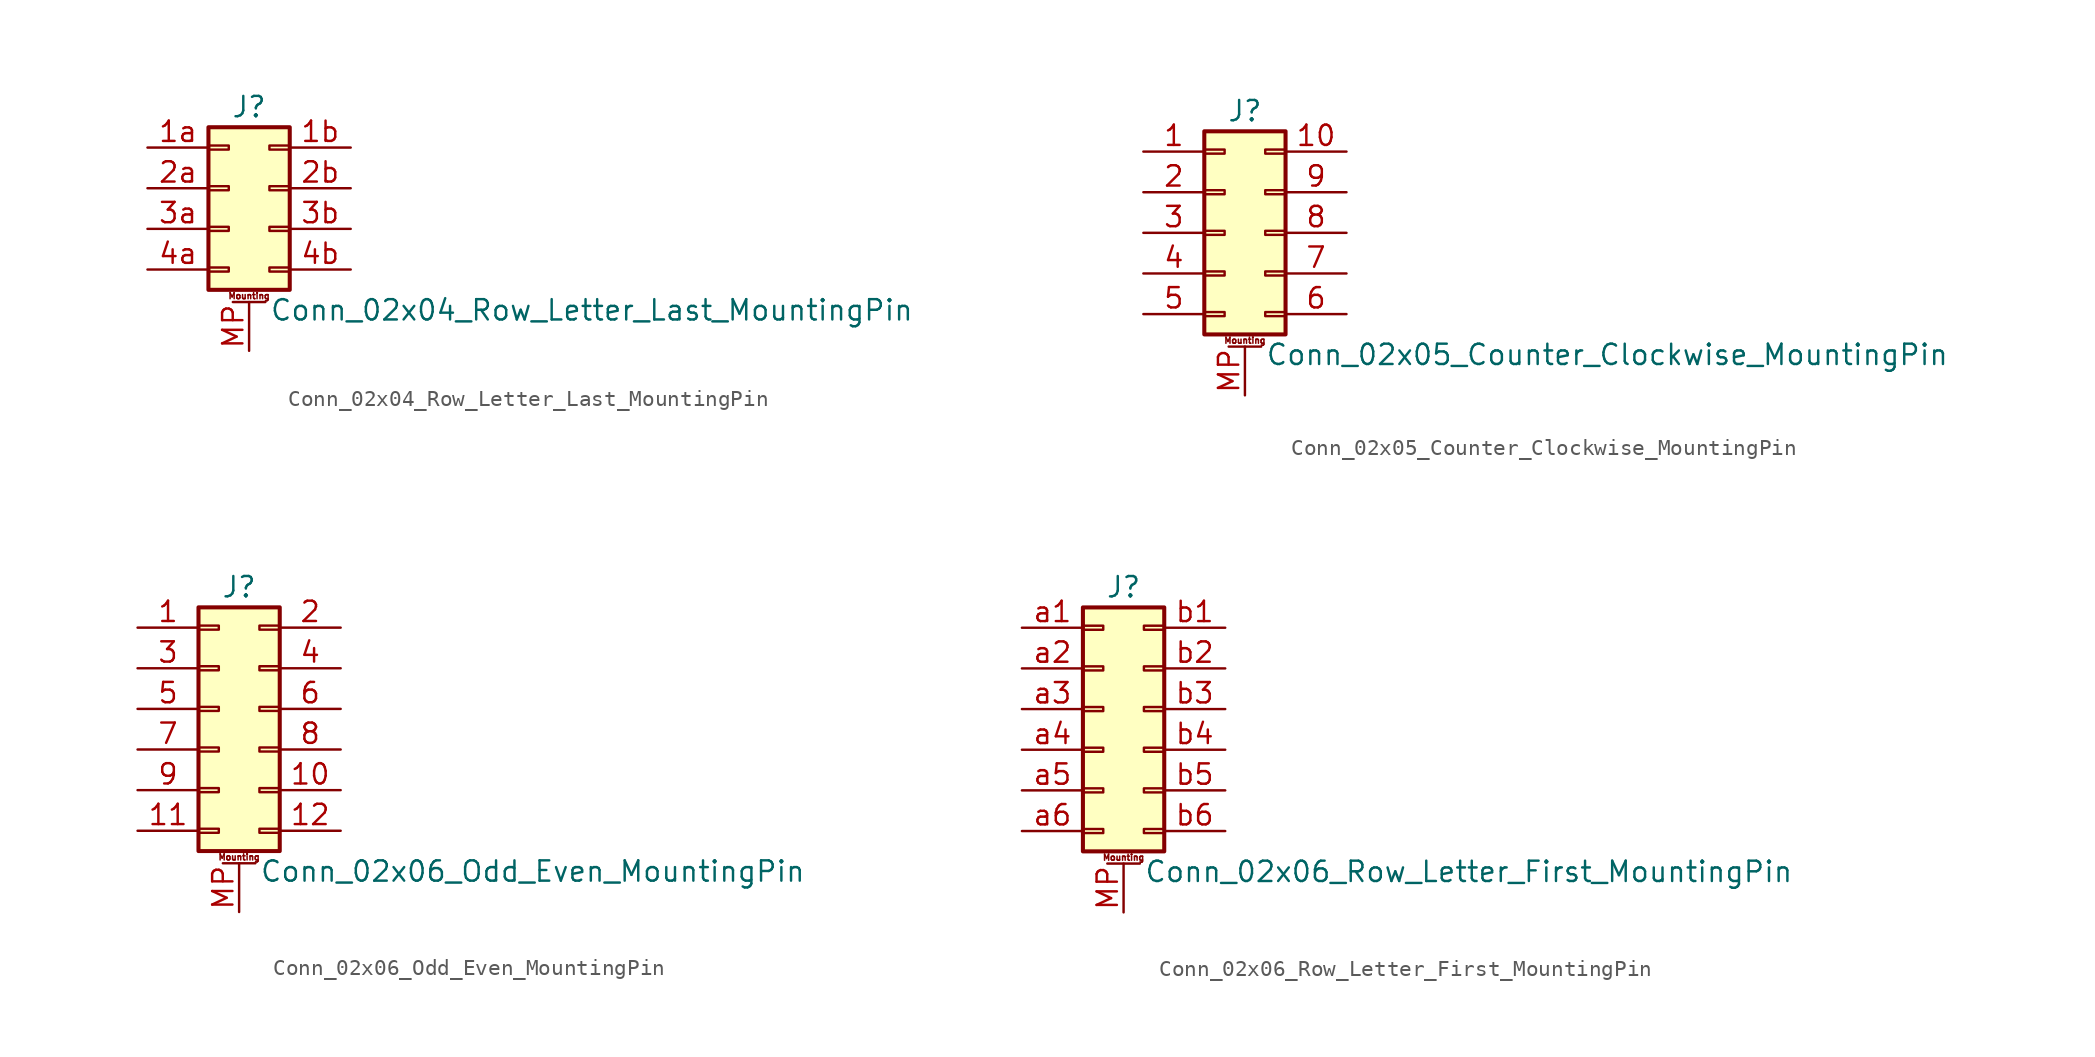
<source format=kicad_sym>
(kicad_symbol_lib
  (version 20201005)
  (generator kicad_symbol_editor)
  (symbol "Connector_Generic_MountingPin:Conn_02x04_Row_Letter_Last_MountingPin"
    (pin_names
      (offset 1.016) hide)
    (property "Reference" "J"
      (at 1.27 5.08 0)
      (effects (font (size 1.27 1.27))))
    (property "Value" "Conn_02x04_Row_Letter_Last_MountingPin"
      (at 2.54 -7.62 0)
      (effects (font (size 1.27 1.27)) (justify left)))
    (symbol "Conn_02x04_Row_Letter_Last_MountingPin_1_1"
      (text "Mounting" (at 1.27 -6.731 0) (effects (font (size 0.381 0.381))))
      (rectangle (start -1.27 -4.953) (end 0 -5.207) (stroke (width 0.152)) (fill (type none)))
      (rectangle (start -1.27 -2.413) (end 0 -2.667) (stroke (width 0.152)) (fill (type none)))
      (rectangle (start -1.27 2.667) (end 0 2.413) (stroke (width 0.152)) (fill (type none)))
      (rectangle (start -1.27 3.81) (end 3.81 -6.35) (stroke (width 0.254)) (fill (type background)))
      (rectangle (start -1.27 0.127) (end 0 -0.127) (stroke (width 0.152)) (fill (type none)))
      (rectangle (start 3.81 -4.953) (end 2.54 -5.207) (stroke (width 0.152)) (fill (type none)))
      (rectangle (start 3.81 -2.413) (end 2.54 -2.667) (stroke (width 0.152)) (fill (type none)))
      (rectangle (start 3.81 2.667) (end 2.54 2.413) (stroke (width 0.152)) (fill (type none)))
      (rectangle (start 3.81 0.127) (end 2.54 -0.127) (stroke (width 0.152)) (fill (type none)))
      (polyline (pts (xy 0.254 -7.112) (xy 2.286 -7.112)) (stroke (width 0.152)) (fill (type none)))
      (pin passive line (at 1.27 -10.16 90) (length 3.048) (name "MountPin" (effects (font (size 1.27 1.27)))) (number "MP" (effects (font (size 1.27 1.27)))))
      (pin passive line (at -5.08 2.54 0) (length 3.81) (name "Pin_1a" (effects (font (size 1.27 1.27)))) (number "1a" (effects (font (size 1.27 1.27)))))
      (pin passive line (at 7.62 2.54 180) (length 3.81) (name "Pin_1b" (effects (font (size 1.27 1.27)))) (number "1b" (effects (font (size 1.27 1.27)))))
      (pin passive line (at -5.08 0 0) (length 3.81) (name "Pin_2a" (effects (font (size 1.27 1.27)))) (number "2a" (effects (font (size 1.27 1.27)))))
      (pin passive line (at 7.62 0 180) (length 3.81) (name "Pin_2b" (effects (font (size 1.27 1.27)))) (number "2b" (effects (font (size 1.27 1.27)))))
      (pin passive line (at -5.08 -2.54 0) (length 3.81) (name "Pin_3a" (effects (font (size 1.27 1.27)))) (number "3a" (effects (font (size 1.27 1.27)))))
      (pin passive line (at 7.62 -2.54 180) (length 3.81) (name "Pin_3b" (effects (font (size 1.27 1.27)))) (number "3b" (effects (font (size 1.27 1.27)))))
      (pin passive line (at -5.08 -5.08 0) (length 3.81) (name "Pin_4a" (effects (font (size 1.27 1.27)))) (number "4a" (effects (font (size 1.27 1.27)))))
      (pin passive line (at 7.62 -5.08 180) (length 3.81) (name "Pin_4b" (effects (font (size 1.27 1.27)))) (number "4b" (effects (font (size 1.27 1.27)))))))
  (symbol "Connector_Generic_MountingPin:Conn_02x05_Counter_Clockwise_MountingPin"
    (pin_names
      (offset 1.016) hide)
    (property "Reference" "J"
      (at 1.27 7.62 0)
      (effects (font (size 1.27 1.27))))
    (property "Value" "Conn_02x05_Counter_Clockwise_MountingPin"
      (at 2.54 -7.62 0)
      (effects (font (size 1.27 1.27)) (justify left)))
    (symbol "Conn_02x05_Counter_Clockwise_MountingPin_1_1"
      (text "Mounting" (at 1.27 -6.731 0) (effects (font (size 0.381 0.381))))
      (rectangle (start -1.27 -4.953) (end 0 -5.207) (stroke (width 0.152)) (fill (type none)))
      (rectangle (start -1.27 -2.413) (end 0 -2.667) (stroke (width 0.152)) (fill (type none)))
      (rectangle (start -1.27 2.667) (end 0 2.413) (stroke (width 0.152)) (fill (type none)))
      (rectangle (start -1.27 5.207) (end 0 4.953) (stroke (width 0.152)) (fill (type none)))
      (rectangle (start -1.27 6.35) (end 3.81 -6.35) (stroke (width 0.254)) (fill (type background)))
      (rectangle (start -1.27 0.127) (end 0 -0.127) (stroke (width 0.152)) (fill (type none)))
      (rectangle (start 3.81 -4.953) (end 2.54 -5.207) (stroke (width 0.152)) (fill (type none)))
      (rectangle (start 3.81 -2.413) (end 2.54 -2.667) (stroke (width 0.152)) (fill (type none)))
      (rectangle (start 3.81 2.667) (end 2.54 2.413) (stroke (width 0.152)) (fill (type none)))
      (rectangle (start 3.81 5.207) (end 2.54 4.953) (stroke (width 0.152)) (fill (type none)))
      (rectangle (start 3.81 0.127) (end 2.54 -0.127) (stroke (width 0.152)) (fill (type none)))
      (polyline (pts (xy 0.254 -7.112) (xy 2.286 -7.112)) (stroke (width 0.152)) (fill (type none)))
      (pin passive line (at 1.27 -10.16 90) (length 3.048) (name "MountPin" (effects (font (size 1.27 1.27)))) (number "MP" (effects (font (size 1.27 1.27)))))
      (pin passive line (at -5.08 5.08 0) (length 3.81) (name "Pin_1" (effects (font (size 1.27 1.27)))) (number "1" (effects (font (size 1.27 1.27)))))
      (pin passive line (at 7.62 5.08 180) (length 3.81) (name "Pin_10" (effects (font (size 1.27 1.27)))) (number "10" (effects (font (size 1.27 1.27)))))
      (pin passive line (at -5.08 2.54 0) (length 3.81) (name "Pin_2" (effects (font (size 1.27 1.27)))) (number "2" (effects (font (size 1.27 1.27)))))
      (pin passive line (at -5.08 0 0) (length 3.81) (name "Pin_3" (effects (font (size 1.27 1.27)))) (number "3" (effects (font (size 1.27 1.27)))))
      (pin passive line (at -5.08 -2.54 0) (length 3.81) (name "Pin_4" (effects (font (size 1.27 1.27)))) (number "4" (effects (font (size 1.27 1.27)))))
      (pin passive line (at -5.08 -5.08 0) (length 3.81) (name "Pin_5" (effects (font (size 1.27 1.27)))) (number "5" (effects (font (size 1.27 1.27)))))
      (pin passive line (at 7.62 -5.08 180) (length 3.81) (name "Pin_6" (effects (font (size 1.27 1.27)))) (number "6" (effects (font (size 1.27 1.27)))))
      (pin passive line (at 7.62 -2.54 180) (length 3.81) (name "Pin_7" (effects (font (size 1.27 1.27)))) (number "7" (effects (font (size 1.27 1.27)))))
      (pin passive line (at 7.62 0 180) (length 3.81) (name "Pin_8" (effects (font (size 1.27 1.27)))) (number "8" (effects (font (size 1.27 1.27)))))
      (pin passive line (at 7.62 2.54 180) (length 3.81) (name "Pin_9" (effects (font (size 1.27 1.27)))) (number "9" (effects (font (size 1.27 1.27)))))))
  (symbol "Connector_Generic_MountingPin:Conn_02x06_Odd_Even_MountingPin"
    (pin_names
      (offset 1.016) hide)
    (property "Reference" "J"
      (at 1.27 7.62 0)
      (effects (font (size 1.27 1.27))))
    (property "Value" "Conn_02x06_Odd_Even_MountingPin"
      (at 2.54 -10.16 0)
      (effects (font (size 1.27 1.27)) (justify left)))
    (symbol "Conn_02x06_Odd_Even_MountingPin_1_1"
      (text "Mounting" (at 1.27 -9.271 0) (effects (font (size 0.381 0.381))))
      (rectangle (start -1.27 -4.953) (end 0 -5.207) (stroke (width 0.152)) (fill (type none)))
      (rectangle (start -1.27 -7.493) (end 0 -7.747) (stroke (width 0.152)) (fill (type none)))
      (rectangle (start -1.27 -2.413) (end 0 -2.667) (stroke (width 0.152)) (fill (type none)))
      (rectangle (start -1.27 2.667) (end 0 2.413) (stroke (width 0.152)) (fill (type none)))
      (rectangle (start -1.27 5.207) (end 0 4.953) (stroke (width 0.152)) (fill (type none)))
      (rectangle (start -1.27 6.35) (end 3.81 -8.89) (stroke (width 0.254)) (fill (type background)))
      (rectangle (start -1.27 0.127) (end 0 -0.127) (stroke (width 0.152)) (fill (type none)))
      (rectangle (start 3.81 -4.953) (end 2.54 -5.207) (stroke (width 0.152)) (fill (type none)))
      (rectangle (start 3.81 -7.493) (end 2.54 -7.747) (stroke (width 0.152)) (fill (type none)))
      (rectangle (start 3.81 -2.413) (end 2.54 -2.667) (stroke (width 0.152)) (fill (type none)))
      (rectangle (start 3.81 2.667) (end 2.54 2.413) (stroke (width 0.152)) (fill (type none)))
      (rectangle (start 3.81 5.207) (end 2.54 4.953) (stroke (width 0.152)) (fill (type none)))
      (rectangle (start 3.81 0.127) (end 2.54 -0.127) (stroke (width 0.152)) (fill (type none)))
      (polyline (pts (xy 0.254 -9.652) (xy 2.286 -9.652)) (stroke (width 0.152)) (fill (type none)))
      (pin passive line (at 1.27 -12.7 90) (length 3.048) (name "MountPin" (effects (font (size 1.27 1.27)))) (number "MP" (effects (font (size 1.27 1.27)))))
      (pin passive line (at -5.08 5.08 0) (length 3.81) (name "Pin_1" (effects (font (size 1.27 1.27)))) (number "1" (effects (font (size 1.27 1.27)))))
      (pin passive line (at 7.62 -5.08 180) (length 3.81) (name "Pin_10" (effects (font (size 1.27 1.27)))) (number "10" (effects (font (size 1.27 1.27)))))
      (pin passive line (at -5.08 -7.62 0) (length 3.81) (name "Pin_11" (effects (font (size 1.27 1.27)))) (number "11" (effects (font (size 1.27 1.27)))))
      (pin passive line (at 7.62 -7.62 180) (length 3.81) (name "Pin_12" (effects (font (size 1.27 1.27)))) (number "12" (effects (font (size 1.27 1.27)))))
      (pin passive line (at 7.62 5.08 180) (length 3.81) (name "Pin_2" (effects (font (size 1.27 1.27)))) (number "2" (effects (font (size 1.27 1.27)))))
      (pin passive line (at -5.08 2.54 0) (length 3.81) (name "Pin_3" (effects (font (size 1.27 1.27)))) (number "3" (effects (font (size 1.27 1.27)))))
      (pin passive line (at 7.62 2.54 180) (length 3.81) (name "Pin_4" (effects (font (size 1.27 1.27)))) (number "4" (effects (font (size 1.27 1.27)))))
      (pin passive line (at -5.08 0 0) (length 3.81) (name "Pin_5" (effects (font (size 1.27 1.27)))) (number "5" (effects (font (size 1.27 1.27)))))
      (pin passive line (at 7.62 0 180) (length 3.81) (name "Pin_6" (effects (font (size 1.27 1.27)))) (number "6" (effects (font (size 1.27 1.27)))))
      (pin passive line (at -5.08 -2.54 0) (length 3.81) (name "Pin_7" (effects (font (size 1.27 1.27)))) (number "7" (effects (font (size 1.27 1.27)))))
      (pin passive line (at 7.62 -2.54 180) (length 3.81) (name "Pin_8" (effects (font (size 1.27 1.27)))) (number "8" (effects (font (size 1.27 1.27)))))
      (pin passive line (at -5.08 -5.08 0) (length 3.81) (name "Pin_9" (effects (font (size 1.27 1.27)))) (number "9" (effects (font (size 1.27 1.27)))))))
  (symbol "Connector_Generic_MountingPin:Conn_02x06_Row_Letter_First_MountingPin"
    (pin_names
      (offset 1.016) hide)
    (property "Reference" "J"
      (at 1.27 7.62 0)
      (effects (font (size 1.27 1.27))))
    (property "Value" "Conn_02x06_Row_Letter_First_MountingPin"
      (at 2.54 -10.16 0)
      (effects (font (size 1.27 1.27)) (justify left)))
    (symbol "Conn_02x06_Row_Letter_First_MountingPin_1_1"
      (text "Mounting" (at 1.27 -9.271 0) (effects (font (size 0.381 0.381))))
      (rectangle (start -1.27 -4.953) (end 0 -5.207) (stroke (width 0.152)) (fill (type none)))
      (rectangle (start -1.27 -7.493) (end 0 -7.747) (stroke (width 0.152)) (fill (type none)))
      (rectangle (start -1.27 -2.413) (end 0 -2.667) (stroke (width 0.152)) (fill (type none)))
      (rectangle (start -1.27 2.667) (end 0 2.413) (stroke (width 0.152)) (fill (type none)))
      (rectangle (start -1.27 5.207) (end 0 4.953) (stroke (width 0.152)) (fill (type none)))
      (rectangle (start -1.27 6.35) (end 3.81 -8.89) (stroke (width 0.254)) (fill (type background)))
      (rectangle (start -1.27 0.127) (end 0 -0.127) (stroke (width 0.152)) (fill (type none)))
      (rectangle (start 3.81 -4.953) (end 2.54 -5.207) (stroke (width 0.152)) (fill (type none)))
      (rectangle (start 3.81 -7.493) (end 2.54 -7.747) (stroke (width 0.152)) (fill (type none)))
      (rectangle (start 3.81 -2.413) (end 2.54 -2.667) (stroke (width 0.152)) (fill (type none)))
      (rectangle (start 3.81 2.667) (end 2.54 2.413) (stroke (width 0.152)) (fill (type none)))
      (rectangle (start 3.81 5.207) (end 2.54 4.953) (stroke (width 0.152)) (fill (type none)))
      (rectangle (start 3.81 0.127) (end 2.54 -0.127) (stroke (width 0.152)) (fill (type none)))
      (polyline (pts (xy 0.254 -9.652) (xy 2.286 -9.652)) (stroke (width 0.152)) (fill (type none)))
      (pin passive line (at 1.27 -12.7 90) (length 3.048) (name "MountPin" (effects (font (size 1.27 1.27)))) (number "MP" (effects (font (size 1.27 1.27)))))
      (pin passive line (at -5.08 5.08 0) (length 3.81) (name "Pin_a1" (effects (font (size 1.27 1.27)))) (number "a1" (effects (font (size 1.27 1.27)))))
      (pin passive line (at -5.08 2.54 0) (length 3.81) (name "Pin_a2" (effects (font (size 1.27 1.27)))) (number "a2" (effects (font (size 1.27 1.27)))))
      (pin passive line (at -5.08 0 0) (length 3.81) (name "Pin_a3" (effects (font (size 1.27 1.27)))) (number "a3" (effects (font (size 1.27 1.27)))))
      (pin passive line (at -5.08 -2.54 0) (length 3.81) (name "Pin_a4" (effects (font (size 1.27 1.27)))) (number "a4" (effects (font (size 1.27 1.27)))))
      (pin passive line (at -5.08 -5.08 0) (length 3.81) (name "Pin_a5" (effects (font (size 1.27 1.27)))) (number "a5" (effects (font (size 1.27 1.27)))))
      (pin passive line (at -5.08 -7.62 0) (length 3.81) (name "Pin_a6" (effects (font (size 1.27 1.27)))) (number "a6" (effects (font (size 1.27 1.27)))))
      (pin passive line (at 7.62 5.08 180) (length 3.81) (name "Pin_b1" (effects (font (size 1.27 1.27)))) (number "b1" (effects (font (size 1.27 1.27)))))
      (pin passive line (at 7.62 2.54 180) (length 3.81) (name "Pin_b2" (effects (font (size 1.27 1.27)))) (number "b2" (effects (font (size 1.27 1.27)))))
      (pin passive line (at 7.62 0 180) (length 3.81) (name "Pin_b3" (effects (font (size 1.27 1.27)))) (number "b3" (effects (font (size 1.27 1.27)))))
      (pin passive line (at 7.62 -2.54 180) (length 3.81) (name "Pin_b4" (effects (font (size 1.27 1.27)))) (number "b4" (effects (font (size 1.27 1.27)))))
      (pin passive line (at 7.62 -5.08 180) (length 3.81) (name "Pin_b5" (effects (font (size 1.27 1.27)))) (number "b5" (effects (font (size 1.27 1.27)))))
      (pin passive line (at 7.62 -7.62 180) (length 3.81) (name "Pin_b6" (effects (font (size 1.27 1.27)))) (number "b6" (effects (font (size 1.27 1.27))))))))
</source>
